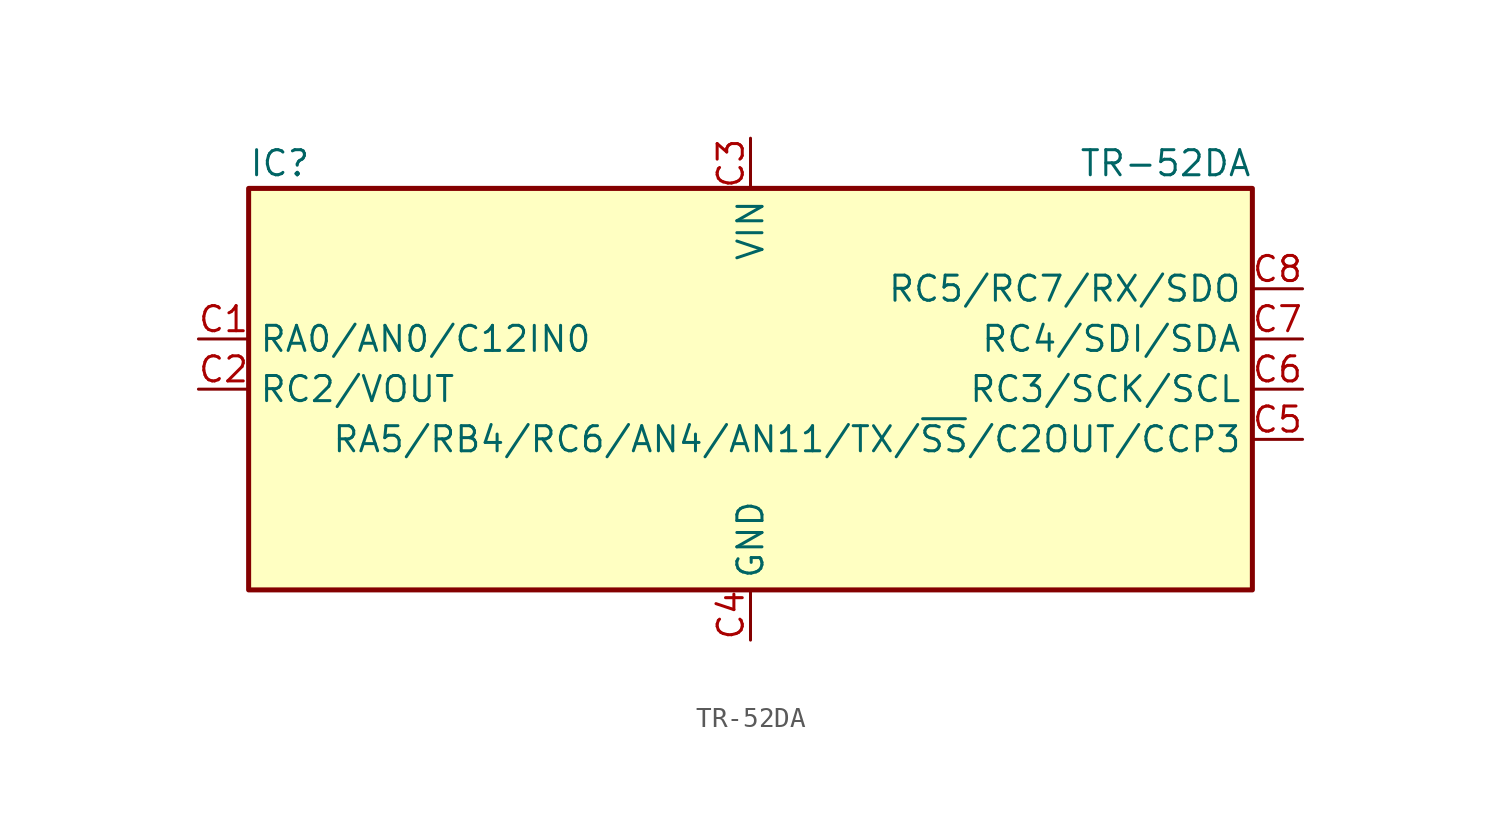
<source format=kicad_sym>
(kicad_symbol_lib
  (version 20211014)
  (generator kicad_symbol_editor)
  (symbol "TR-52DA"
    (property "Reference" "IC"
      (at -25.4 11.43 0)
      (effects (font (size 1.27 1.27)) (justify left)))
    (property "Value" "TR-52DA"
      (at 25.4 11.43 0)
      (effects (font (size 1.27 1.27)) (justify right)))
    (symbol "TR-52DA_0_1"
      (rectangle (start -25.4 10.16) (end 25.4 -10.16) (stroke (width 0.254) (type default) (color 0 0 0 0)) (fill (type background))))
    (symbol "TR-52DA_1_1"
      (pin bidirectional line (at -27.94 2.54 0) (length 2.54) (name "RA0/AN0/C12IN0" (effects (font (size 1.27 1.27)))) (number "C1" (effects (font (size 1.27 1.27)))))
      (pin bidirectional line (at -27.94 0 0) (length 2.54) (name "RC2/VOUT" (effects (font (size 1.27 1.27)))) (number "C2" (effects (font (size 1.27 1.27)))))
      (pin power_in line (at 0 12.7 270) (length 2.54) (name "VIN" (effects (font (size 1.27 1.27)))) (number "C3" (effects (font (size 1.27 1.27)))))
      (pin power_in line (at 0 -12.7 90) (length 2.54) (name "GND" (effects (font (size 1.27 1.27)))) (number "C4" (effects (font (size 1.27 1.27)))))
      (pin bidirectional line (at 27.94 -2.54 180) (length 2.54) (name "RA5/RB4/RC6/AN4/AN11/TX/~{SS}/C2OUT/CCP3" (effects (font (size 1.27 1.27)))) (number "C5" (effects (font (size 1.27 1.27)))))
      (pin bidirectional line (at 27.94 0 180) (length 2.54) (name "RC3/SCK/SCL" (effects (font (size 1.27 1.27)))) (number "C6" (effects (font (size 1.27 1.27)))))
      (pin bidirectional line (at 27.94 2.54 180) (length 2.54) (name "RC4/SDI/SDA" (effects (font (size 1.27 1.27)))) (number "C7" (effects (font (size 1.27 1.27)))))
      (pin bidirectional line (at 27.94 5.08 180) (length 2.54) (name "RC5/RC7/RX/SDO" (effects (font (size 1.27 1.27)))) (number "C8" (effects (font (size 1.27 1.27))))))))
</source>
